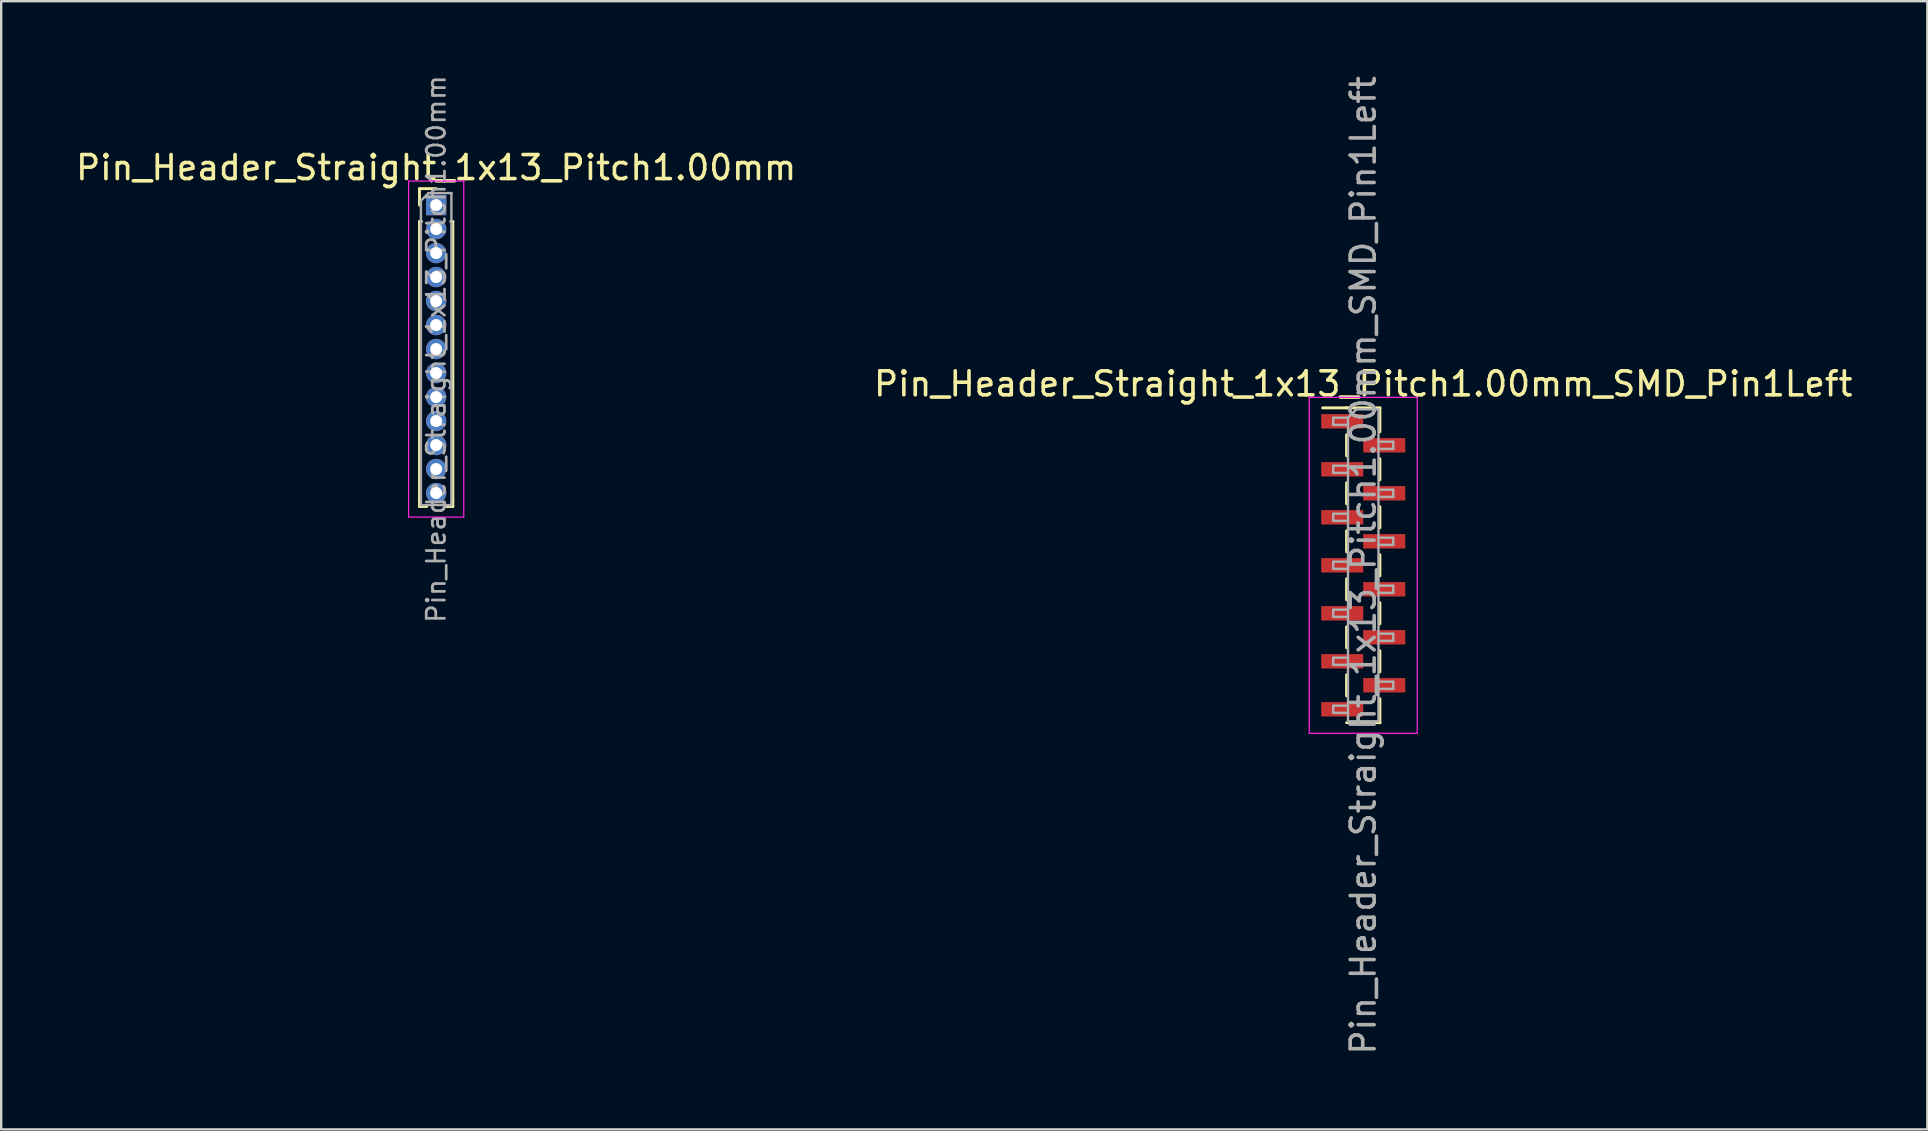
<source format=kicad_pcb>
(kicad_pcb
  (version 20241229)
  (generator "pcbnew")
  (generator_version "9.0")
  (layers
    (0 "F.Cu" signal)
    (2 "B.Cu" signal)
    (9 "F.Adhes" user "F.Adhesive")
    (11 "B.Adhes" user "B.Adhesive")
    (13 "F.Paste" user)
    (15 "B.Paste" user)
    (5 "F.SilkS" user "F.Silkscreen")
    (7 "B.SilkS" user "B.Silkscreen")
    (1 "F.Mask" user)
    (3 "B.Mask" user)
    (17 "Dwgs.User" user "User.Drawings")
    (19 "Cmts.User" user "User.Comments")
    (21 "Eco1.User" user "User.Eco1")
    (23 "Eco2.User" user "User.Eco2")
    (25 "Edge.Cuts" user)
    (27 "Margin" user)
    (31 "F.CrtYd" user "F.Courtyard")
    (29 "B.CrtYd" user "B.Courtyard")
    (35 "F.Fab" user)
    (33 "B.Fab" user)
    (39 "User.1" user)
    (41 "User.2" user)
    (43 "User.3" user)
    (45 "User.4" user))
  (footprint "Pin_Header_Straight_1x13_Pitch1.00mm"
    (layer "F.Cu")
    (at 15.125 5.495)
    (property "Reference" "Pin_Header_Straight_1x13_Pitch1.00mm" (at 0 -1.56 0) (layer "F.SilkS") (effects (font (size 1 1) (thickness 0.15))))
    (attr through_hole)
    (fp_line (start -0.695 -0.685) (end 0 -0.685) (stroke (width 0.12) (type solid)) (layer "F.SilkS"))
    (fp_line (start -0.695 0) (end -0.695 -0.685) (stroke (width 0.12) (type solid)) (layer "F.SilkS"))
    (fp_line (start -0.695 0.685) (end -0.695 12.56) (stroke (width 0.12) (type solid)) (layer "F.SilkS"))
    (fp_line (start -0.695 0.685) (end -0.608 0.685) (stroke (width 0.12) (type solid)) (layer "F.SilkS"))
    (fp_line (start -0.695 12.56) (end -0.394 12.56) (stroke (width 0.12) (type solid)) (layer "F.SilkS"))
    (fp_line (start 0.394 12.56) (end 0.695 12.56) (stroke (width 0.12) (type solid)) (layer "F.SilkS"))
    (fp_line (start 0.608 0.685) (end 0.695 0.685) (stroke (width 0.12) (type solid)) (layer "F.SilkS"))
    (fp_line (start 0.695 0.685) (end 0.695 12.56) (stroke (width 0.12) (type solid)) (layer "F.SilkS"))
    (fp_line (start -1.15 -1) (end -1.15 13) (stroke (width 0.05) (type solid)) (layer "F.CrtYd"))
    (fp_line (start -1.15 13) (end 1.15 13) (stroke (width 0.05) (type solid)) (layer "F.CrtYd"))
    (fp_line (start 1.15 -1) (end -1.15 -1) (stroke (width 0.05) (type solid)) (layer "F.CrtYd"))
    (fp_line (start 1.15 13) (end 1.15 -1) (stroke (width 0.05) (type solid)) (layer "F.CrtYd"))
    (fp_line (start -0.635 -0.182) (end -0.318 -0.5) (stroke (width 0.1) (type solid)) (layer "F.Fab"))
    (fp_line (start -0.635 12.5) (end -0.635 -0.182) (stroke (width 0.1) (type solid)) (layer "F.Fab"))
    (fp_line (start -0.318 -0.5) (end 0.635 -0.5) (stroke (width 0.1) (type solid)) (layer "F.Fab"))
    (fp_line (start 0.635 -0.5) (end 0.635 12.5) (stroke (width 0.1) (type solid)) (layer "F.Fab"))
    (fp_line (start 0.635 12.5) (end -0.635 12.5) (stroke (width 0.1) (type solid)) (layer "F.Fab"))
    (fp_text user "${REFERENCE}" (at 0 6 90) (layer "F.Fab") (effects (font (size 0.76 0.76) (thickness 0.114))))
    (pad "1" thru_hole rect (at 0 0) (size 0.85 0.85) (drill 0.5) (layers "*.Cu" "*.Mask"))
    (pad "2" thru_hole oval (at 0 1) (size 0.85 0.85) (drill 0.5) (layers "*.Cu" "*.Mask"))
    (pad "3" thru_hole oval (at 0 2) (size 0.85 0.85) (drill 0.5) (layers "*.Cu" "*.Mask"))
    (pad "4" thru_hole oval (at 0 3) (size 0.85 0.85) (drill 0.5) (layers "*.Cu" "*.Mask"))
    (pad "5" thru_hole oval (at 0 4) (size 0.85 0.85) (drill 0.5) (layers "*.Cu" "*.Mask"))
    (pad "6" thru_hole oval (at 0 5) (size 0.85 0.85) (drill 0.5) (layers "*.Cu" "*.Mask"))
    (pad "7" thru_hole oval (at 0 6) (size 0.85 0.85) (drill 0.5) (layers "*.Cu" "*.Mask"))
    (pad "8" thru_hole oval (at 0 7) (size 0.85 0.85) (drill 0.5) (layers "*.Cu" "*.Mask"))
    (pad "9" thru_hole oval (at 0 8) (size 0.85 0.85) (drill 0.5) (layers "*.Cu" "*.Mask"))
    (pad "10" thru_hole oval (at 0 9) (size 0.85 0.85) (drill 0.5) (layers "*.Cu" "*.Mask"))
    (pad "11" thru_hole oval (at 0 10) (size 0.85 0.85) (drill 0.5) (layers "*.Cu" "*.Mask"))
    (pad "12" thru_hole oval (at 0 11) (size 0.85 0.85) (drill 0.5) (layers "*.Cu" "*.Mask"))
    (pad "13" thru_hole oval (at 0 12) (size 0.85 0.85) (drill 0.5) (layers "*.Cu" "*.Mask")))
  (footprint "Pin_Header_Straight_1x13_Pitch1.00mm_SMD_Pin1Left"
    (layer "F.Cu")
    (at 53.756 20.506)
    (property "Reference" "Pin_Header_Straight_1x13_Pitch1.00mm_SMD_Pin1Left" (at 0 -7.56 0) (layer "F.SilkS") (effects (font (size 1 1) (thickness 0.15))))
    (attr smd)
    (fp_line (start -0.695 -6.56) (end -1.69 -6.56) (stroke (width 0.12) (type solid)) (layer "F.SilkS"))
    (fp_line (start -0.695 -6.56) (end -0.695 -6.56) (stroke (width 0.12) (type solid)) (layer "F.SilkS"))
    (fp_line (start -0.695 -6.56) (end 0.695 -6.56) (stroke (width 0.12) (type solid)) (layer "F.SilkS"))
    (fp_line (start -0.695 -5.44) (end -0.695 -4.56) (stroke (width 0.12) (type solid)) (layer "F.SilkS"))
    (fp_line (start -0.695 -3.44) (end -0.695 -2.56) (stroke (width 0.12) (type solid)) (layer "F.SilkS"))
    (fp_line (start -0.695 -1.44) (end -0.695 -0.56) (stroke (width 0.12) (type solid)) (layer "F.SilkS"))
    (fp_line (start -0.695 0.56) (end -0.695 1.44) (stroke (width 0.12) (type solid)) (layer "F.SilkS"))
    (fp_line (start -0.695 2.56) (end -0.695 3.44) (stroke (width 0.12) (type solid)) (layer "F.SilkS"))
    (fp_line (start -0.695 4.56) (end -0.695 5.44) (stroke (width 0.12) (type solid)) (layer "F.SilkS"))
    (fp_line (start -0.695 6.56) (end 0.695 6.56) (stroke (width 0.12) (type solid)) (layer "F.SilkS"))
    (fp_line (start 0.695 -6.56) (end 0.695 -5.56) (stroke (width 0.12) (type solid)) (layer "F.SilkS"))
    (fp_line (start 0.695 -4.44) (end 0.695 -3.56) (stroke (width 0.12) (type solid)) (layer "F.SilkS"))
    (fp_line (start 0.695 -2.44) (end 0.695 -1.56) (stroke (width 0.12) (type solid)) (layer "F.SilkS"))
    (fp_line (start 0.695 -0.44) (end 0.695 0.44) (stroke (width 0.12) (type solid)) (layer "F.SilkS"))
    (fp_line (start 0.695 1.56) (end 0.695 2.44) (stroke (width 0.12) (type solid)) (layer "F.SilkS"))
    (fp_line (start 0.695 3.56) (end 0.695 4.44) (stroke (width 0.12) (type solid)) (layer "F.SilkS"))
    (fp_line (start 0.695 5.56) (end 0.695 6.56) (stroke (width 0.12) (type solid)) (layer "F.SilkS"))
    (fp_line (start 0.695 6.56) (end 0.695 6.56) (stroke (width 0.12) (type solid)) (layer "F.SilkS"))
    (fp_line (start -2.25 -7) (end -2.25 7) (stroke (width 0.05) (type solid)) (layer "F.CrtYd"))
    (fp_line (start -2.25 7) (end 2.25 7) (stroke (width 0.05) (type solid)) (layer "F.CrtYd"))
    (fp_line (start 2.25 -7) (end -2.25 -7) (stroke (width 0.05) (type solid)) (layer "F.CrtYd"))
    (fp_line (start 2.25 7) (end 2.25 -7) (stroke (width 0.05) (type solid)) (layer "F.CrtYd"))
    (fp_line (start -1.25 -6.15) (end -1.25 -5.85) (stroke (width 0.1) (type solid)) (layer "F.Fab"))
    (fp_line (start -1.25 -5.85) (end -0.635 -5.85) (stroke (width 0.1) (type solid)) (layer "F.Fab"))
    (fp_line (start -1.25 -4.15) (end -1.25 -3.85) (stroke (width 0.1) (type solid)) (layer "F.Fab"))
    (fp_line (start -1.25 -3.85) (end -0.635 -3.85) (stroke (width 0.1) (type solid)) (layer "F.Fab"))
    (fp_line (start -1.25 -2.15) (end -1.25 -1.85) (stroke (width 0.1) (type solid)) (layer "F.Fab"))
    (fp_line (start -1.25 -1.85) (end -0.635 -1.85) (stroke (width 0.1) (type solid)) (layer "F.Fab"))
    (fp_line (start -1.25 -0.15) (end -1.25 0.15) (stroke (width 0.1) (type solid)) (layer "F.Fab"))
    (fp_line (start -1.25 0.15) (end -0.635 0.15) (stroke (width 0.1) (type solid)) (layer "F.Fab"))
    (fp_line (start -1.25 1.85) (end -1.25 2.15) (stroke (width 0.1) (type solid)) (layer "F.Fab"))
    (fp_line (start -1.25 2.15) (end -0.635 2.15) (stroke (width 0.1) (type solid)) (layer "F.Fab"))
    (fp_line (start -1.25 3.85) (end -1.25 4.15) (stroke (width 0.1) (type solid)) (layer "F.Fab"))
    (fp_line (start -1.25 4.15) (end -0.635 4.15) (stroke (width 0.1) (type solid)) (layer "F.Fab"))
    (fp_line (start -1.25 5.85) (end -1.25 6.15) (stroke (width 0.1) (type solid)) (layer "F.Fab"))
    (fp_line (start -1.25 6.15) (end -0.635 6.15) (stroke (width 0.1) (type solid)) (layer "F.Fab"))
    (fp_line (start -0.635 -6.15) (end -1.25 -6.15) (stroke (width 0.1) (type solid)) (layer "F.Fab"))
    (fp_line (start -0.635 -6.15) (end -0.285 -6.5) (stroke (width 0.1) (type solid)) (layer "F.Fab"))
    (fp_line (start -0.635 -4.15) (end -1.25 -4.15) (stroke (width 0.1) (type solid)) (layer "F.Fab"))
    (fp_line (start -0.635 -2.15) (end -1.25 -2.15) (stroke (width 0.1) (type solid)) (layer "F.Fab"))
    (fp_line (start -0.635 -0.15) (end -1.25 -0.15) (stroke (width 0.1) (type solid)) (layer "F.Fab"))
    (fp_line (start -0.635 1.85) (end -1.25 1.85) (stroke (width 0.1) (type solid)) (layer "F.Fab"))
    (fp_line (start -0.635 3.85) (end -1.25 3.85) (stroke (width 0.1) (type solid)) (layer "F.Fab"))
    (fp_line (start -0.635 5.85) (end -1.25 5.85) (stroke (width 0.1) (type solid)) (layer "F.Fab"))
    (fp_line (start -0.635 6.5) (end -0.635 -6.15) (stroke (width 0.1) (type solid)) (layer "F.Fab"))
    (fp_line (start -0.285 -6.5) (end 0.635 -6.5) (stroke (width 0.1) (type solid)) (layer "F.Fab"))
    (fp_line (start 0.635 -6.5) (end 0.635 6.5) (stroke (width 0.1) (type solid)) (layer "F.Fab"))
    (fp_line (start 0.635 -5.15) (end 1.25 -5.15) (stroke (width 0.1) (type solid)) (layer "F.Fab"))
    (fp_line (start 0.635 -3.15) (end 1.25 -3.15) (stroke (width 0.1) (type solid)) (layer "F.Fab"))
    (fp_line (start 0.635 -1.15) (end 1.25 -1.15) (stroke (width 0.1) (type solid)) (layer "F.Fab"))
    (fp_line (start 0.635 0.85) (end 1.25 0.85) (stroke (width 0.1) (type solid)) (layer "F.Fab"))
    (fp_line (start 0.635 2.85) (end 1.25 2.85) (stroke (width 0.1) (type solid)) (layer "F.Fab"))
    (fp_line (start 0.635 4.85) (end 1.25 4.85) (stroke (width 0.1) (type solid)) (layer "F.Fab"))
    (fp_line (start 0.635 6.5) (end -0.635 6.5) (stroke (width 0.1) (type solid)) (layer "F.Fab"))
    (fp_line (start 1.25 -5.15) (end 1.25 -4.85) (stroke (width 0.1) (type solid)) (layer "F.Fab"))
    (fp_line (start 1.25 -4.85) (end 0.635 -4.85) (stroke (width 0.1) (type solid)) (layer "F.Fab"))
    (fp_line (start 1.25 -3.15) (end 1.25 -2.85) (stroke (width 0.1) (type solid)) (layer "F.Fab"))
    (fp_line (start 1.25 -2.85) (end 0.635 -2.85) (stroke (width 0.1) (type solid)) (layer "F.Fab"))
    (fp_line (start 1.25 -1.15) (end 1.25 -0.85) (stroke (width 0.1) (type solid)) (layer "F.Fab"))
    (fp_line (start 1.25 -0.85) (end 0.635 -0.85) (stroke (width 0.1) (type solid)) (layer "F.Fab"))
    (fp_line (start 1.25 0.85) (end 1.25 1.15) (stroke (width 0.1) (type solid)) (layer "F.Fab"))
    (fp_line (start 1.25 1.15) (end 0.635 1.15) (stroke (width 0.1) (type solid)) (layer "F.Fab"))
    (fp_line (start 1.25 2.85) (end 1.25 3.15) (stroke (width 0.1) (type solid)) (layer "F.Fab"))
    (fp_line (start 1.25 3.15) (end 0.635 3.15) (stroke (width 0.1) (type solid)) (layer "F.Fab"))
    (fp_line (start 1.25 4.85) (end 1.25 5.15) (stroke (width 0.1) (type solid)) (layer "F.Fab"))
    (fp_line (start 1.25 5.15) (end 0.635 5.15) (stroke (width 0.1) (type solid)) (layer "F.Fab"))
    (fp_text user "${REFERENCE}" (at 0 0 90) (layer "F.Fab") (effects (font (size 1 1) (thickness 0.15))))
    (pad "1" smd rect (at -0.875 -6) (size 1.75 0.6) (layers "F.Cu" "F.Mask" "F.Paste"))
    (pad "2" smd rect (at 0.875 -5) (size 1.75 0.6) (layers "F.Cu" "F.Mask" "F.Paste"))
    (pad "3" smd rect (at -0.875 -4) (size 1.75 0.6) (layers "F.Cu" "F.Mask" "F.Paste"))
    (pad "4" smd rect (at 0.875 -3) (size 1.75 0.6) (layers "F.Cu" "F.Mask" "F.Paste"))
    (pad "5" smd rect (at -0.875 -2) (size 1.75 0.6) (layers "F.Cu" "F.Mask" "F.Paste"))
    (pad "6" smd rect (at 0.875 -1) (size 1.75 0.6) (layers "F.Cu" "F.Mask" "F.Paste"))
    (pad "7" smd rect (at -0.875 0) (size 1.75 0.6) (layers "F.Cu" "F.Mask" "F.Paste"))
    (pad "8" smd rect (at 0.875 1) (size 1.75 0.6) (layers "F.Cu" "F.Mask" "F.Paste"))
    (pad "9" smd rect (at -0.875 2) (size 1.75 0.6) (layers "F.Cu" "F.Mask" "F.Paste"))
    (pad "10" smd rect (at 0.875 3) (size 1.75 0.6) (layers "F.Cu" "F.Mask" "F.Paste"))
    (pad "11" smd rect (at -0.875 4) (size 1.75 0.6) (layers "F.Cu" "F.Mask" "F.Paste"))
    (pad "12" smd rect (at 0.875 5) (size 1.75 0.6) (layers "F.Cu" "F.Mask" "F.Paste"))
    (pad "13" smd rect (at -0.875 6) (size 1.75 0.6) (layers "F.Cu" "F.Mask" "F.Paste")))
  (gr_rect
    (start -3 -3)
    (end 77.262 44.012)
    (stroke (width 0.1) (type default))
    (fill no)
    (layer "Edge.Cuts")))
</source>
